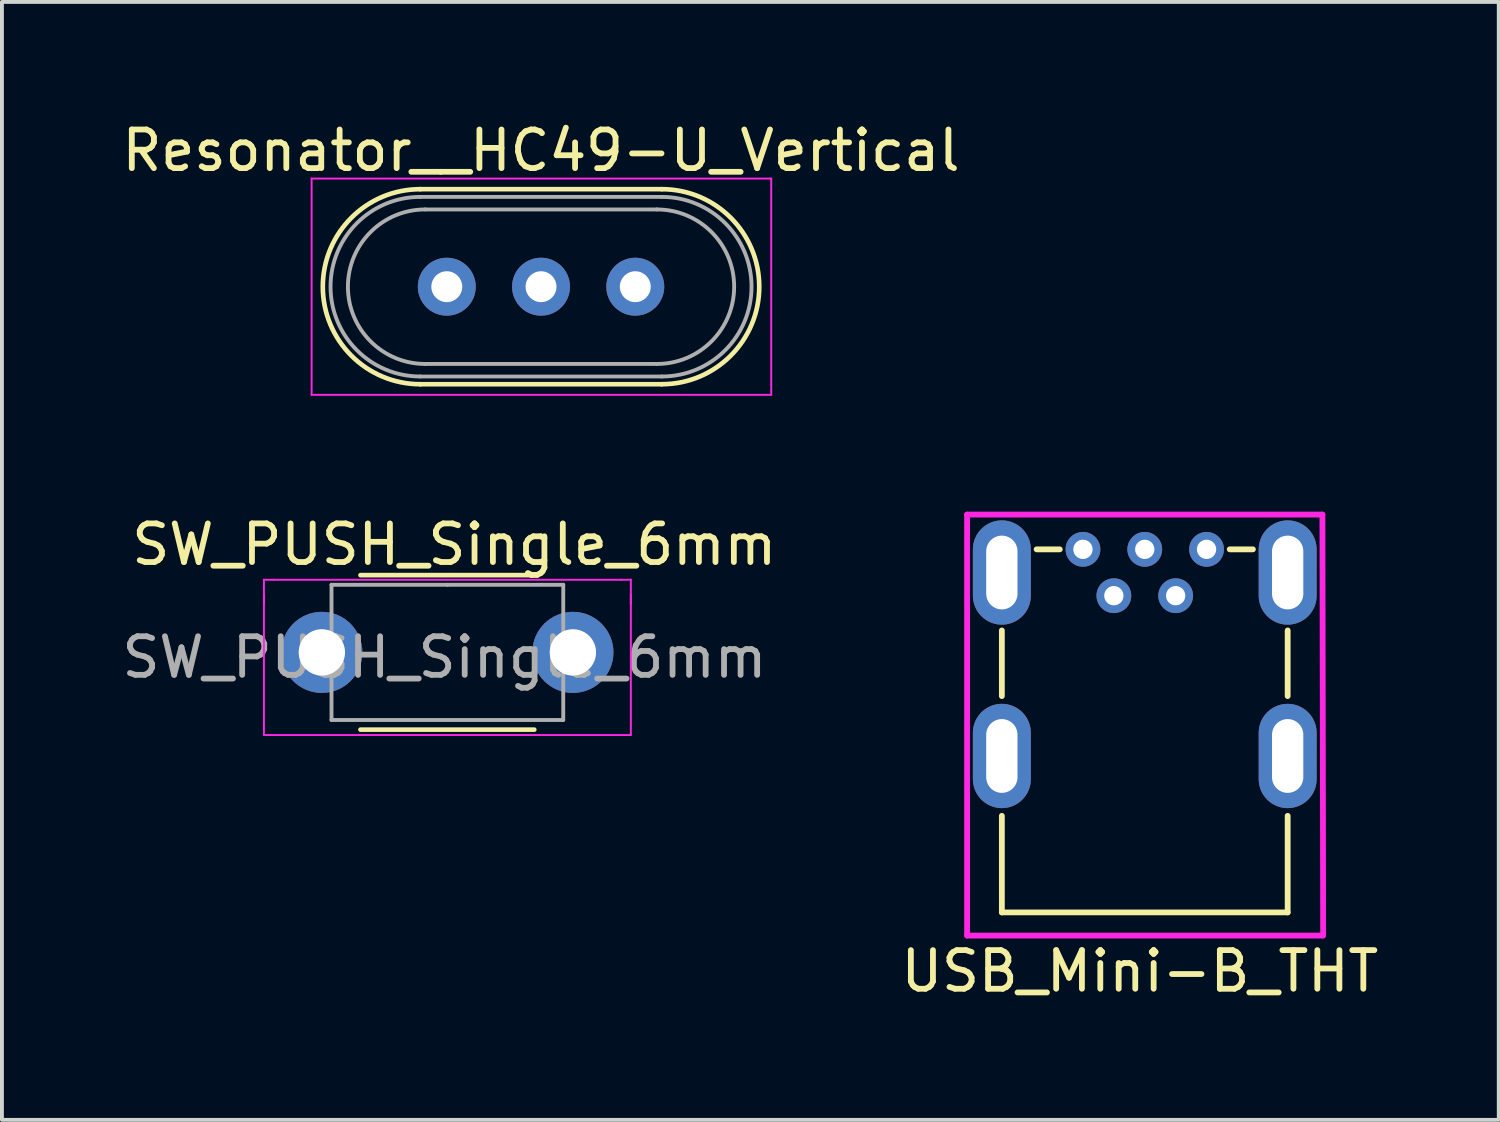
<source format=kicad_pcb>
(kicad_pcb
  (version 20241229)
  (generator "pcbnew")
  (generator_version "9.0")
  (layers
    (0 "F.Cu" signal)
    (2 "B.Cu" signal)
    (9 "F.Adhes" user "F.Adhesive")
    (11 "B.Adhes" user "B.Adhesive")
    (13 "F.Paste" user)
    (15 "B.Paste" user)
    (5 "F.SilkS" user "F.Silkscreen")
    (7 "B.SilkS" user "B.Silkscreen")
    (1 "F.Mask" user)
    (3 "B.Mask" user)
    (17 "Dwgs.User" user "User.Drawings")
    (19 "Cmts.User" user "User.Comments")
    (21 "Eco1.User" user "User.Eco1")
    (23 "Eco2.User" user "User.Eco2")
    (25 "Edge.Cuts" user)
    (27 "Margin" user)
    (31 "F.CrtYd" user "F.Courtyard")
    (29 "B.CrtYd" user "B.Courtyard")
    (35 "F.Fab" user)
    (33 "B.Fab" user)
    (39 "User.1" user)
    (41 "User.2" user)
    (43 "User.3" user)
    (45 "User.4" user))
  (footprint "Resonator__HC49-U_Vertical"
    (layer "F.Cu")
    (at 8.518 4.373)
    (property "Reference" "Resonator__HC49-U_Vertical" (at 2.44 -3.525 0) (layer "F.SilkS") (effects (font (size 1 1) (thickness 0.15))))
    (attr through_hole)
    (fp_line (start -0.685 -2.525) (end 5.565 -2.525) (stroke (width 0.12) (type solid)) (layer "F.SilkS"))
    (fp_line (start -0.685 2.525) (end 5.565 2.525) (stroke (width 0.12) (type solid)) (layer "F.SilkS"))
    (fp_arc (start -0.685 2.525) (mid -3.21 0) (end -0.685 -2.525) (stroke (width 0.12) (type solid)) (layer "F.SilkS"))
    (fp_arc (start 5.565 -2.525) (mid 8.09 0) (end 5.565 2.525) (stroke (width 0.12) (type solid)) (layer "F.SilkS"))
    (fp_line (start -3.5 -2.8) (end -3.5 2.8) (stroke (width 0.05) (type solid)) (layer "F.CrtYd"))
    (fp_line (start -3.5 2.8) (end 8.4 2.8) (stroke (width 0.05) (type solid)) (layer "F.CrtYd"))
    (fp_line (start 8.4 -2.8) (end -3.5 -2.8) (stroke (width 0.05) (type solid)) (layer "F.CrtYd"))
    (fp_line (start 8.4 2.8) (end 8.4 -2.8) (stroke (width 0.05) (type solid)) (layer "F.CrtYd"))
    (fp_line (start -0.685 -2.325) (end 5.565 -2.325) (stroke (width 0.1) (type solid)) (layer "F.Fab"))
    (fp_line (start -0.685 2.325) (end 5.565 2.325) (stroke (width 0.1) (type solid)) (layer "F.Fab"))
    (fp_line (start -0.56 -2) (end 5.44 -2) (stroke (width 0.1) (type solid)) (layer "F.Fab"))
    (fp_line (start -0.56 2) (end 5.44 2) (stroke (width 0.1) (type solid)) (layer "F.Fab"))
    (fp_arc (start -0.685 2.325) (mid -3.01 0) (end -0.685 -2.325) (stroke (width 0.1) (type solid)) (layer "F.Fab"))
    (fp_arc (start -0.56 2) (mid -2.56 0) (end -0.56 -2) (stroke (width 0.1) (type solid)) (layer "F.Fab"))
    (fp_arc (start 5.44 -2) (mid 7.44 0) (end 5.44 2) (stroke (width 0.1) (type solid)) (layer "F.Fab"))
    (fp_arc (start 5.565 -2.325) (mid 7.89 0) (end 5.565 2.325) (stroke (width 0.1) (type solid)) (layer "F.Fab"))
    (pad "1" thru_hole circle (at 0 0) (size 1.5 1.5) (drill 0.8) (layers "*.Cu" "*.Mask"))
    (pad "2" thru_hole circle (at 2.44 0) (size 1.5 1.5) (drill 0.8) (layers "*.Cu" "*.Mask"))
    (pad "3" thru_hole circle (at 4.88 0) (size 1.5 1.5) (drill 0.8) (layers "*.Cu" "*.Mask")))
  (footprint "SW_PUSH_Single_6mm"
    (layer "F.Cu")
    (at 5.283 13.841)
    (property "Reference" "SW_PUSH_Single_6mm" (at 3.429 -2.794 0) (layer "F.SilkS") (effects (font (size 1 1) (thickness 0.15))))
    (attr through_hole)
    (fp_line (start 1 2) (end 5.5 2) (stroke (width 0.12) (type solid)) (layer "F.SilkS"))
    (fp_line (start 5.5 -2) (end 1 -2) (stroke (width 0.12) (type solid)) (layer "F.SilkS"))
    (fp_line (start -1.5 -1.881) (end -1.25 -1.881) (stroke (width 0.05) (type solid)) (layer "F.CrtYd"))
    (fp_line (start -1.5 -1.25) (end -1.5 -1.5) (stroke (width 0.05) (type solid)) (layer "F.CrtYd"))
    (fp_line (start -1.5 2.139) (end -1.5 -1.885) (stroke (width 0.05) (type solid)) (layer "F.CrtYd"))
    (fp_line (start -1.25 -1.881) (end 7.75 -1.881) (stroke (width 0.05) (type solid)) (layer "F.CrtYd"))
    (fp_line (start 7.75 -1.881) (end 8 -1.881) (stroke (width 0.05) (type solid)) (layer "F.CrtYd"))
    (fp_line (start 8 -1.885) (end 8 2.139) (stroke (width 0.05) (type solid)) (layer "F.CrtYd"))
    (fp_line (start 8 -1.5) (end 8 -1.25) (stroke (width 0.05) (type solid)) (layer "F.CrtYd"))
    (fp_line (start 8 2.139) (end -1.479 2.139) (stroke (width 0.05) (type solid)) (layer "F.CrtYd"))
    (fp_line (start 0.25 -1.75) (end 3.25 -1.75) (stroke (width 0.1) (type solid)) (layer "F.Fab"))
    (fp_line (start 0.25 1.75) (end 0.25 -1.75) (stroke (width 0.1) (type solid)) (layer "F.Fab"))
    (fp_line (start 3.25 -1.75) (end 6.25 -1.75) (stroke (width 0.1) (type solid)) (layer "F.Fab"))
    (fp_line (start 6.25 -1.75) (end 6.25 1.75) (stroke (width 0.1) (type solid)) (layer "F.Fab"))
    (fp_line (start 6.25 1.75) (end 0.25 1.75) (stroke (width 0.1) (type solid)) (layer "F.Fab"))
    (fp_text user "${REFERENCE}" (at 3.175 0.127 0) (layer "F.Fab") (effects (font (size 1 1) (thickness 0.15))))
    (pad "1" thru_hole circle (at 0 0 90) (size 2.1 2.1) (drill 1.2) (layers "*.Cu" "*.Mask"))
    (pad "2" thru_hole circle (at 6.5 0 90) (size 2.1 2.1) (drill 1.2) (layers "*.Cu" "*.Mask")))
  (footprint "USB_Mini-B_THT"
    (layer "F.Cu")
    (at 26.589 11.173)
    (property "Reference" "USB_Mini-B_THT" (at -0.127 10.922 0) (layer "F.SilkS") (effects (font (size 1 1) (thickness 0.15))))
    (attr through_hole)
    (fp_line (start -3.7 2.1) (end -3.7 3.8) (stroke (width 0.15) (type solid)) (layer "F.SilkS"))
    (fp_line (start -3.7 6.9) (end -3.7 9.4) (stroke (width 0.15) (type solid)) (layer "F.SilkS"))
    (fp_line (start -3.7 9.4) (end 3.7 9.4) (stroke (width 0.15) (type solid)) (layer "F.SilkS"))
    (fp_line (start -2.8 0) (end -2.2 0) (stroke (width 0.15) (type solid)) (layer "F.SilkS"))
    (fp_line (start 2.2 0) (end 2.8 0) (stroke (width 0.15) (type solid)) (layer "F.SilkS"))
    (fp_line (start 3.7 2.1) (end 3.7 3.8) (stroke (width 0.15) (type solid)) (layer "F.SilkS"))
    (fp_line (start 3.7 6.9) (end 3.7 9.4) (stroke (width 0.15) (type solid)) (layer "F.SilkS"))
    (fp_line (start -4.6 -0.9) (end -4.6 10) (stroke (width 0.15) (type solid)) (layer "F.CrtYd"))
    (fp_line (start -4.6 -0.9) (end 4.6 -0.9) (stroke (width 0.15) (type solid)) (layer "F.CrtYd"))
    (fp_line (start -4.6 10) (end 4.6 10) (stroke (width 0.15) (type solid)) (layer "F.CrtYd"))
    (fp_line (start 4.6 -0.9) (end 4.619 10) (stroke (width 0.15) (type solid)) (layer "F.CrtYd"))
    (pad "1" thru_hole circle (at -1.6 0) (size 0.9 0.9) (drill 0.5) (layers "*.Cu" "*.Mask"))
    (pad "2" thru_hole circle (at -0.8 1.2) (size 0.9 0.9) (drill 0.5) (layers "*.Cu" "*.Mask"))
    (pad "3" thru_hole circle (at 0 0) (size 0.9 0.9) (drill 0.5) (layers "*.Cu" "*.Mask"))
    (pad "4" thru_hole circle (at 0.8 1.2) (size 0.9 0.9) (drill 0.5) (layers "*.Cu" "*.Mask"))
    (pad "5" thru_hole circle (at 1.6 0) (size 0.9 0.9) (drill 0.5) (layers "*.Cu" "*.Mask"))
    (pad "6" thru_hole oval (at -3.7 0.6) (size 1.5 2.7) (drill oval 0.81 1.91) (layers "*.Cu" "*.Mask"))
    (pad "6" thru_hole oval (at -3.7 5.35) (size 1.5 2.7) (drill oval 0.81 1.91) (layers "*.Cu" "*.Mask"))
    (pad "6" thru_hole oval (at 3.7 0.6) (size 1.5 2.7) (drill oval 0.81 1.91) (layers "*.Cu" "*.Mask"))
    (pad "6" thru_hole oval (at 3.7 5.35) (size 1.5 2.7) (drill oval 0.81 1.91) (layers "*.Cu" "*.Mask")))
  (gr_rect
    (start -3 -3)
    (end 35.754 25.944)
    (stroke (width 0.1) (type default))
    (fill no)
    (layer "Edge.Cuts")))
</source>
